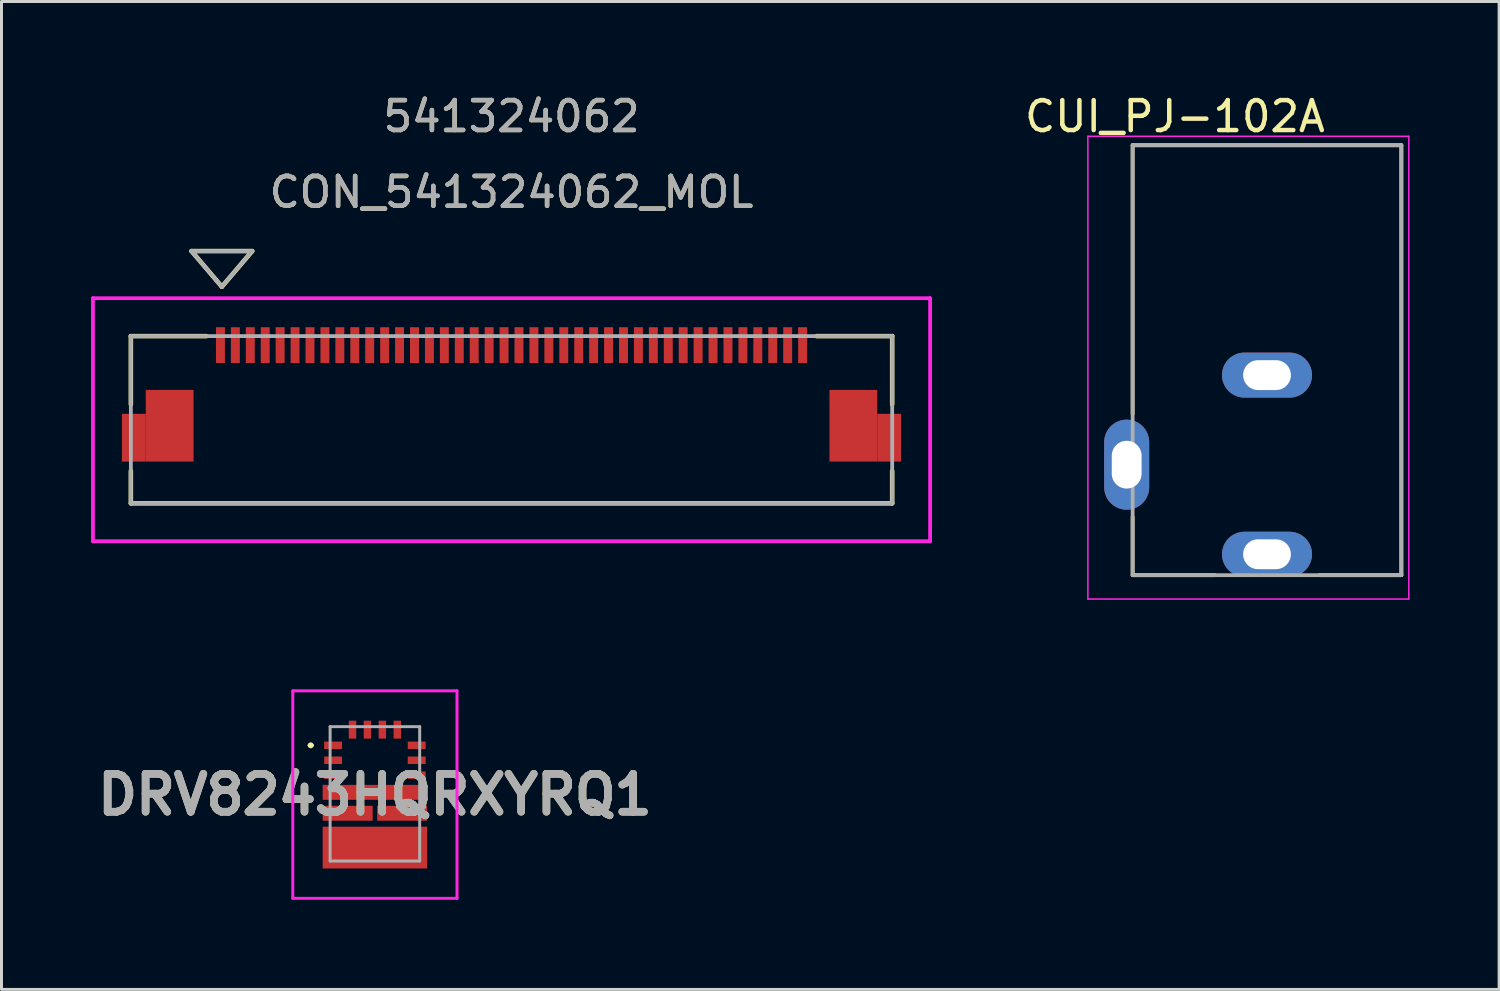
<source format=kicad_pcb>
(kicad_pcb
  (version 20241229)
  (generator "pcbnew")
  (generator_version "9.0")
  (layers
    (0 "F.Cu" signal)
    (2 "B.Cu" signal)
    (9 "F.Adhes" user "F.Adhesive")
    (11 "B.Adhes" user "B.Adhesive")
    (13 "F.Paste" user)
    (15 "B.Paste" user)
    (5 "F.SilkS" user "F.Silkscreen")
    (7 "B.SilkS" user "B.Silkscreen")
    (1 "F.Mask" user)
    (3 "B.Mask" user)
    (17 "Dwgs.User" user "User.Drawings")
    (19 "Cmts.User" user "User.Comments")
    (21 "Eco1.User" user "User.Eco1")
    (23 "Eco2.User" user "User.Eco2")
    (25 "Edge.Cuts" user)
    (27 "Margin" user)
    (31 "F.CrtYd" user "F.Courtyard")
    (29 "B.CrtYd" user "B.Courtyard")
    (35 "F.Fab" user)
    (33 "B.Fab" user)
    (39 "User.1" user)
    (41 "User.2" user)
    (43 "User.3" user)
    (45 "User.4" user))
  (footprint "CUI_PJ-102A"
    (layer "F.Cu")
    (at 39.387 12.514)
    (property "Reference" "CUI_PJ-102A" (at -3.083 -11.664 0) (layer "F.SilkS") (effects (font (size 1.003 1.003) (thickness 0.15))))
    (attr through_hole)
    (fp_line (start -4.5 -10.7) (end -4.5 -1.7) (stroke (width 0.127) (type solid)) (layer "F.SilkS"))
    (fp_line (start -4.5 -10.7) (end 4.5 -10.7) (stroke (width 0.127) (type solid)) (layer "F.SilkS"))
    (fp_line (start -4.5 1.75) (end -4.5 3.7) (stroke (width 0.127) (type solid)) (layer "F.SilkS"))
    (fp_line (start -4.5 3.7) (end -1.75 3.7) (stroke (width 0.127) (type solid)) (layer "F.SilkS"))
    (fp_line (start 4.5 -10.7) (end 4.5 3.7) (stroke (width 0.127) (type solid)) (layer "F.SilkS"))
    (fp_line (start 4.5 3.7) (end 1.75 3.7) (stroke (width 0.127) (type solid)) (layer "F.SilkS"))
    (fp_line (start -6 -11) (end -6 4.5) (stroke (width 0.05) (type solid)) (layer "F.CrtYd"))
    (fp_line (start -6 4.5) (end 4.75 4.5) (stroke (width 0.05) (type solid)) (layer "F.CrtYd"))
    (fp_line (start 4.75 -11) (end -6 -11) (stroke (width 0.05) (type solid)) (layer "F.CrtYd"))
    (fp_line (start 4.75 4.5) (end 4.75 -11) (stroke (width 0.05) (type solid)) (layer "F.CrtYd"))
    (fp_line (start -4.5 -10.7) (end 4.5 -10.7) (stroke (width 0.127) (type solid)) (layer "F.Fab"))
    (fp_line (start -4.5 3.7) (end -4.5 -10.7) (stroke (width 0.127) (type solid)) (layer "F.Fab"))
    (fp_line (start -4.5 3.7) (end 4.5 3.7) (stroke (width 0.127) (type solid)) (layer "F.Fab"))
    (fp_line (start 4.5 3.7) (end 4.5 -10.7) (stroke (width 0.127) (type solid)) (layer "F.Fab"))
    (pad "1" thru_hole oval (at 0 3) (size 3.016 1.508) (drill oval 1.6 1) (layers "*.Cu" "*.Mask"))
    (pad "2" thru_hole oval (at 0 -3) (size 3.016 1.508) (drill oval 1.6 1) (layers "*.Cu" "*.Mask"))
    (pad "3" thru_hole oval (at -4.7 0) (size 1.508 3.016) (drill oval 1 1.6) (layers "*.Cu" "*.Mask")))
  (footprint "DRV8243HQRXYRQ1"
    (layer "F.Cu")
    (at 9.507 23.539)
    (property "Reference" "DRV8243HQRXYRQ1" (at 0 0.025 0) (layer "F.SilkS") (effects (font (size 1.27 1.27) (thickness 0.254))))
    (attr smd)
    (fp_line (start -2.2 -1.625) (end -2.2 -1.625) (stroke (width 0.1) (type solid)) (layer "F.SilkS"))
    (fp_line (start -2.1 -1.625) (end -2.1 -1.625) (stroke (width 0.1) (type solid)) (layer "F.SilkS"))
    (fp_arc (start -2.2 -1.625) (mid -2.15 -1.675) (end -2.1 -1.625) (stroke (width 0.1) (type solid)) (layer "F.SilkS"))
    (fp_arc (start -2.1 -1.625) (mid -2.15 -1.575) (end -2.2 -1.625) (stroke (width 0.1) (type solid)) (layer "F.SilkS"))
    (fp_line (start -2.75 -3.45) (end 2.75 -3.45) (stroke (width 0.1) (type solid)) (layer "F.CrtYd"))
    (fp_line (start -2.75 3.5) (end -2.75 -3.45) (stroke (width 0.1) (type solid)) (layer "F.CrtYd"))
    (fp_line (start 2.75 -3.45) (end 2.75 3.5) (stroke (width 0.1) (type solid)) (layer "F.CrtYd"))
    (fp_line (start 2.75 3.5) (end -2.75 3.5) (stroke (width 0.1) (type solid)) (layer "F.CrtYd"))
    (fp_line (start -1.5 -2.25) (end 1.5 -2.25) (stroke (width 0.1) (type solid)) (layer "F.Fab"))
    (fp_line (start -1.5 2.25) (end -1.5 -2.25) (stroke (width 0.1) (type solid)) (layer "F.Fab"))
    (fp_line (start 1.5 -2.25) (end 1.5 2.25) (stroke (width 0.1) (type solid)) (layer "F.Fab"))
    (fp_line (start 1.5 2.25) (end -1.5 2.25) (stroke (width 0.1) (type solid)) (layer "F.Fab"))
    (fp_text user "${REFERENCE}" (at 0 0.025 0) (layer "F.Fab") (effects (font (size 1.27 1.27) (thickness 0.254))))
    (pad "1" smd rect (at -1.4 -1.625 90) (size 0.25 0.6) (layers "F.Cu" "F.Mask" "F.Paste"))
    (pad "2" smd rect (at -1.4 -1.125 90) (size 0.25 0.6) (layers "F.Cu" "F.Mask" "F.Paste"))
    (pad "3" smd rect (at -1.4 -0.625 90) (size 0.25 0.6) (layers "F.Cu" "F.Mask" "F.Paste"))
    (pad "4" smd rect (at 0 -0.05 90) (size 0.5 3.5) (layers "F.Cu" "F.Mask" "F.Paste"))
    (pad "5" smd rect (at -0.912 0.65 90) (size 0.5 1.675) (layers "F.Cu" "F.Mask" "F.Paste"))
    (pad "6" smd rect (at 0 1.8 90) (size 1.4 3.5) (layers "F.Cu" "F.Mask" "F.Paste"))
    (pad "7" smd rect (at 0.912 0.65 90) (size 0.5 1.675) (layers "F.Cu" "F.Mask" "F.Paste"))
    (pad "8" smd rect (at 1.4 -0.625 90) (size 0.25 0.6) (layers "F.Cu" "F.Mask" "F.Paste"))
    (pad "9" smd rect (at 1.4 -1.125 90) (size 0.25 0.6) (layers "F.Cu" "F.Mask" "F.Paste"))
    (pad "10" smd rect (at 1.4 -1.625 90) (size 0.25 0.6) (layers "F.Cu" "F.Mask" "F.Paste"))
    (pad "11" smd rect (at 0.75 -2.15) (size 0.25 0.6) (layers "F.Cu" "F.Mask" "F.Paste"))
    (pad "12" smd rect (at 0.25 -2.15) (size 0.25 0.6) (layers "F.Cu" "F.Mask" "F.Paste"))
    (pad "13" smd rect (at -0.25 -2.15) (size 0.25 0.6) (layers "F.Cu" "F.Mask" "F.Paste"))
    (pad "14" smd rect (at -0.75 -2.15) (size 0.25 0.6) (layers "F.Cu" "F.Mask" "F.Paste")))
  (footprint "CON_541324062_MOL"
    (layer "F.Cu")
    (at 14.083 11.008)
    (property "Reference" "CON_541324062_MOL" (at 0 -7.62 0) (unlocked yes) (layer "F.SilkS") (effects (font (size 1 1) (thickness 0.15))))
    (attr smd)
    (fp_poly (pts (xy -13.05 1.402) (xy -13.05 -0.198) (xy -12.25 -0.198) (xy -12.25 1.402)) (stroke (width 0) (type solid)) (fill yes) (layer "F.Cu"))
    (fp_poly (pts (xy 13.05 1.402) (xy 13.05 -0.198) (xy 12.25 -0.198) (xy 12.25 1.402)) (stroke (width 0) (type solid)) (fill yes) (layer "F.Cu"))
    (fp_poly (pts (xy -13.05 1.402) (xy -13.05 -0.198) (xy -12.25 -0.198) (xy -12.25 1.402)) (stroke (width 0) (type solid)) (fill yes) (layer "F.Mask"))
    (fp_poly (pts (xy 13.05 1.402) (xy 13.05 -0.198) (xy 12.25 -0.198) (xy 12.25 1.402)) (stroke (width 0) (type solid)) (fill yes) (layer "F.Mask"))
    (fp_line (start -12.75 -2.8) (end -12.75 -0.516) (stroke (width 0.152) (type solid)) (layer "F.SilkS"))
    (fp_line (start -12.75 1.719) (end -12.75 2.8) (stroke (width 0.152) (type solid)) (layer "F.SilkS"))
    (fp_line (start -12.75 2.8) (end 12.75 2.8) (stroke (width 0.152) (type solid)) (layer "F.SilkS"))
    (fp_line (start -10.718 -5.648) (end -9.702 -4.454) (stroke (width 0.152) (type solid)) (layer "F.SilkS"))
    (fp_line (start -10.718 -5.648) (end -8.686 -5.648) (stroke (width 0.152) (type solid)) (layer "F.SilkS"))
    (fp_line (start -10.217 -2.8) (end -12.75 -2.8) (stroke (width 0.152) (type solid)) (layer "F.SilkS"))
    (fp_line (start -8.686 -5.648) (end -9.702 -4.454) (stroke (width 0.152) (type solid)) (layer "F.SilkS"))
    (fp_line (start 12.75 -2.8) (end 10.218 -2.8) (stroke (width 0.152) (type solid)) (layer "F.SilkS"))
    (fp_line (start 12.75 -0.516) (end 12.75 -2.8) (stroke (width 0.152) (type solid)) (layer "F.SilkS"))
    (fp_line (start 12.75 2.8) (end 12.75 1.719) (stroke (width 0.152) (type solid)) (layer "F.SilkS"))
    (fp_poly (pts (xy -13.05 1.402) (xy -13.05 -0.198) (xy -12.25 -0.198) (xy -12.25 1.402)) (stroke (width 0) (type solid)) (fill yes) (layer "F.Paste"))
    (fp_poly (pts (xy 13.05 1.402) (xy 13.05 -0.198) (xy 12.25 -0.198) (xy 12.25 1.402)) (stroke (width 0) (type solid)) (fill yes) (layer "F.Paste"))
    (fp_line (start -14.02 -4.07) (end -14.02 4.07) (stroke (width 0.127) (type solid)) (layer "F.CrtYd"))
    (fp_line (start -14.02 4.07) (end 14.02 4.07) (stroke (width 0.127) (type solid)) (layer "F.CrtYd"))
    (fp_line (start 14.02 -4.07) (end -14.02 -4.07) (stroke (width 0.127) (type solid)) (layer "F.CrtYd"))
    (fp_line (start 14.02 4.07) (end 14.02 -4.07) (stroke (width 0.127) (type solid)) (layer "F.CrtYd"))
    (fp_line (start -12.75 -2.8) (end -12.75 2.8) (stroke (width 0.127) (type solid)) (layer "F.Fab"))
    (fp_line (start -12.75 2.8) (end 12.75 2.8) (stroke (width 0.127) (type solid)) (layer "F.Fab"))
    (fp_line (start -10.718 -5.648) (end -9.702 -4.454) (stroke (width 0.127) (type solid)) (layer "F.Fab"))
    (fp_line (start -10.718 -5.648) (end -8.686 -5.648) (stroke (width 0.127) (type solid)) (layer "F.Fab"))
    (fp_line (start -8.686 -5.648) (end -9.702 -4.454) (stroke (width 0.127) (type solid)) (layer "F.Fab"))
    (fp_line (start 12.75 -2.8) (end -12.75 -2.8) (stroke (width 0.127) (type solid)) (layer "F.Fab"))
    (fp_line (start 12.75 2.8) (end 12.75 -2.8) (stroke (width 0.127) (type solid)) (layer "F.Fab"))
    (fp_text user "541324062" (at 0 -10.16 0) (unlocked yes) (layer "F.SilkS") (effects (font (size 1 1) (thickness 0.15))))
    (fp_text user "541324062" (at 0 -10.16 0) (unlocked yes) (layer "F.Fab") (effects (font (size 1 1) (thickness 0.15))))
    (fp_text user "${REFERENCE}" (at 0 -7.62 0) (unlocked yes) (layer "F.Fab") (effects (font (size 1 1) (thickness 0.15))))
    (pad "1" smd rect (at -9.75 -2.498) (size 0.3 1.2) (layers "F.Cu" "F.Mask" "F.Paste"))
    (pad "2" smd rect (at -9.25 -2.498) (size 0.3 1.2) (layers "F.Cu" "F.Mask" "F.Paste"))
    (pad "3" smd rect (at -8.75 -2.498) (size 0.3 1.2) (layers "F.Cu" "F.Mask" "F.Paste"))
    (pad "4" smd rect (at -8.25 -2.498) (size 0.3 1.2) (layers "F.Cu" "F.Mask" "F.Paste"))
    (pad "5" smd rect (at -7.75 -2.498) (size 0.3 1.2) (layers "F.Cu" "F.Mask" "F.Paste"))
    (pad "6" smd rect (at -7.25 -2.498) (size 0.3 1.2) (layers "F.Cu" "F.Mask" "F.Paste"))
    (pad "7" smd rect (at -6.75 -2.498) (size 0.3 1.2) (layers "F.Cu" "F.Mask" "F.Paste"))
    (pad "8" smd rect (at -6.25 -2.498) (size 0.3 1.2) (layers "F.Cu" "F.Mask" "F.Paste"))
    (pad "9" smd rect (at -5.75 -2.498) (size 0.3 1.2) (layers "F.Cu" "F.Mask" "F.Paste"))
    (pad "10" smd rect (at -5.25 -2.498) (size 0.3 1.2) (layers "F.Cu" "F.Mask" "F.Paste"))
    (pad "11" smd rect (at -4.75 -2.498) (size 0.3 1.2) (layers "F.Cu" "F.Mask" "F.Paste"))
    (pad "12" smd rect (at -4.25 -2.498) (size 0.3 1.2) (layers "F.Cu" "F.Mask" "F.Paste"))
    (pad "13" smd rect (at -3.75 -2.498) (size 0.3 1.2) (layers "F.Cu" "F.Mask" "F.Paste"))
    (pad "14" smd rect (at -3.25 -2.498) (size 0.3 1.2) (layers "F.Cu" "F.Mask" "F.Paste"))
    (pad "15" smd rect (at -2.75 -2.498) (size 0.3 1.2) (layers "F.Cu" "F.Mask" "F.Paste"))
    (pad "16" smd rect (at -2.25 -2.498) (size 0.3 1.2) (layers "F.Cu" "F.Mask" "F.Paste"))
    (pad "17" smd rect (at -1.75 -2.498) (size 0.3 1.2) (layers "F.Cu" "F.Mask" "F.Paste"))
    (pad "18" smd rect (at -1.25 -2.498) (size 0.3 1.2) (layers "F.Cu" "F.Mask" "F.Paste"))
    (pad "19" smd rect (at -0.75 -2.498) (size 0.3 1.2) (layers "F.Cu" "F.Mask" "F.Paste"))
    (pad "20" smd rect (at -0.25 -2.498) (size 0.3 1.2) (layers "F.Cu" "F.Mask" "F.Paste"))
    (pad "21" smd rect (at 0.25 -2.498) (size 0.3 1.2) (layers "F.Cu" "F.Mask" "F.Paste"))
    (pad "22" smd rect (at 0.75 -2.498) (size 0.3 1.2) (layers "F.Cu" "F.Mask" "F.Paste"))
    (pad "23" smd rect (at 1.25 -2.498) (size 0.3 1.2) (layers "F.Cu" "F.Mask" "F.Paste"))
    (pad "24" smd rect (at 1.75 -2.498) (size 0.3 1.2) (layers "F.Cu" "F.Mask" "F.Paste"))
    (pad "25" smd rect (at 2.25 -2.498) (size 0.3 1.2) (layers "F.Cu" "F.Mask" "F.Paste"))
    (pad "26" smd rect (at 2.75 -2.498) (size 0.3 1.2) (layers "F.Cu" "F.Mask" "F.Paste"))
    (pad "27" smd rect (at 3.25 -2.498) (size 0.3 1.2) (layers "F.Cu" "F.Mask" "F.Paste"))
    (pad "28" smd rect (at 3.75 -2.498) (size 0.3 1.2) (layers "F.Cu" "F.Mask" "F.Paste"))
    (pad "29" smd rect (at 4.25 -2.498) (size 0.3 1.2) (layers "F.Cu" "F.Mask" "F.Paste"))
    (pad "30" smd rect (at 4.75 -2.498) (size 0.3 1.2) (layers "F.Cu" "F.Mask" "F.Paste"))
    (pad "31" smd rect (at 5.25 -2.498) (size 0.3 1.2) (layers "F.Cu" "F.Mask" "F.Paste"))
    (pad "32" smd rect (at 5.75 -2.498) (size 0.3 1.2) (layers "F.Cu" "F.Mask" "F.Paste"))
    (pad "33" smd rect (at 6.25 -2.498) (size 0.3 1.2) (layers "F.Cu" "F.Mask" "F.Paste"))
    (pad "34" smd rect (at 6.75 -2.498) (size 0.3 1.2) (layers "F.Cu" "F.Mask" "F.Paste"))
    (pad "35" smd rect (at 7.25 -2.498) (size 0.3 1.2) (layers "F.Cu" "F.Mask" "F.Paste"))
    (pad "36" smd rect (at 7.75 -2.498) (size 0.3 1.2) (layers "F.Cu" "F.Mask" "F.Paste"))
    (pad "37" smd rect (at 8.25 -2.498) (size 0.3 1.2) (layers "F.Cu" "F.Mask" "F.Paste"))
    (pad "38" smd rect (at 8.75 -2.498) (size 0.3 1.2) (layers "F.Cu" "F.Mask" "F.Paste"))
    (pad "39" smd rect (at 9.25 -2.498) (size 0.3 1.2) (layers "F.Cu" "F.Mask" "F.Paste"))
    (pad "40" smd rect (at 9.75 -2.498) (size 0.3 1.2) (layers "F.Cu" "F.Mask" "F.Paste"))
    (pad "P1" smd rect (at -11.45 0.202) (size 1.6 2.4) (layers "F.Cu" "F.Mask" "F.Paste"))
    (pad "P2" smd rect (at 11.45 0.202) (size 1.6 2.4) (layers "F.Cu" "F.Mask" "F.Paste")))
  (gr_rect
    (start -3 -3)
    (end 47.162 30.089)
    (stroke (width 0.1) (type default))
    (fill no)
    (layer "Edge.Cuts")))
</source>
